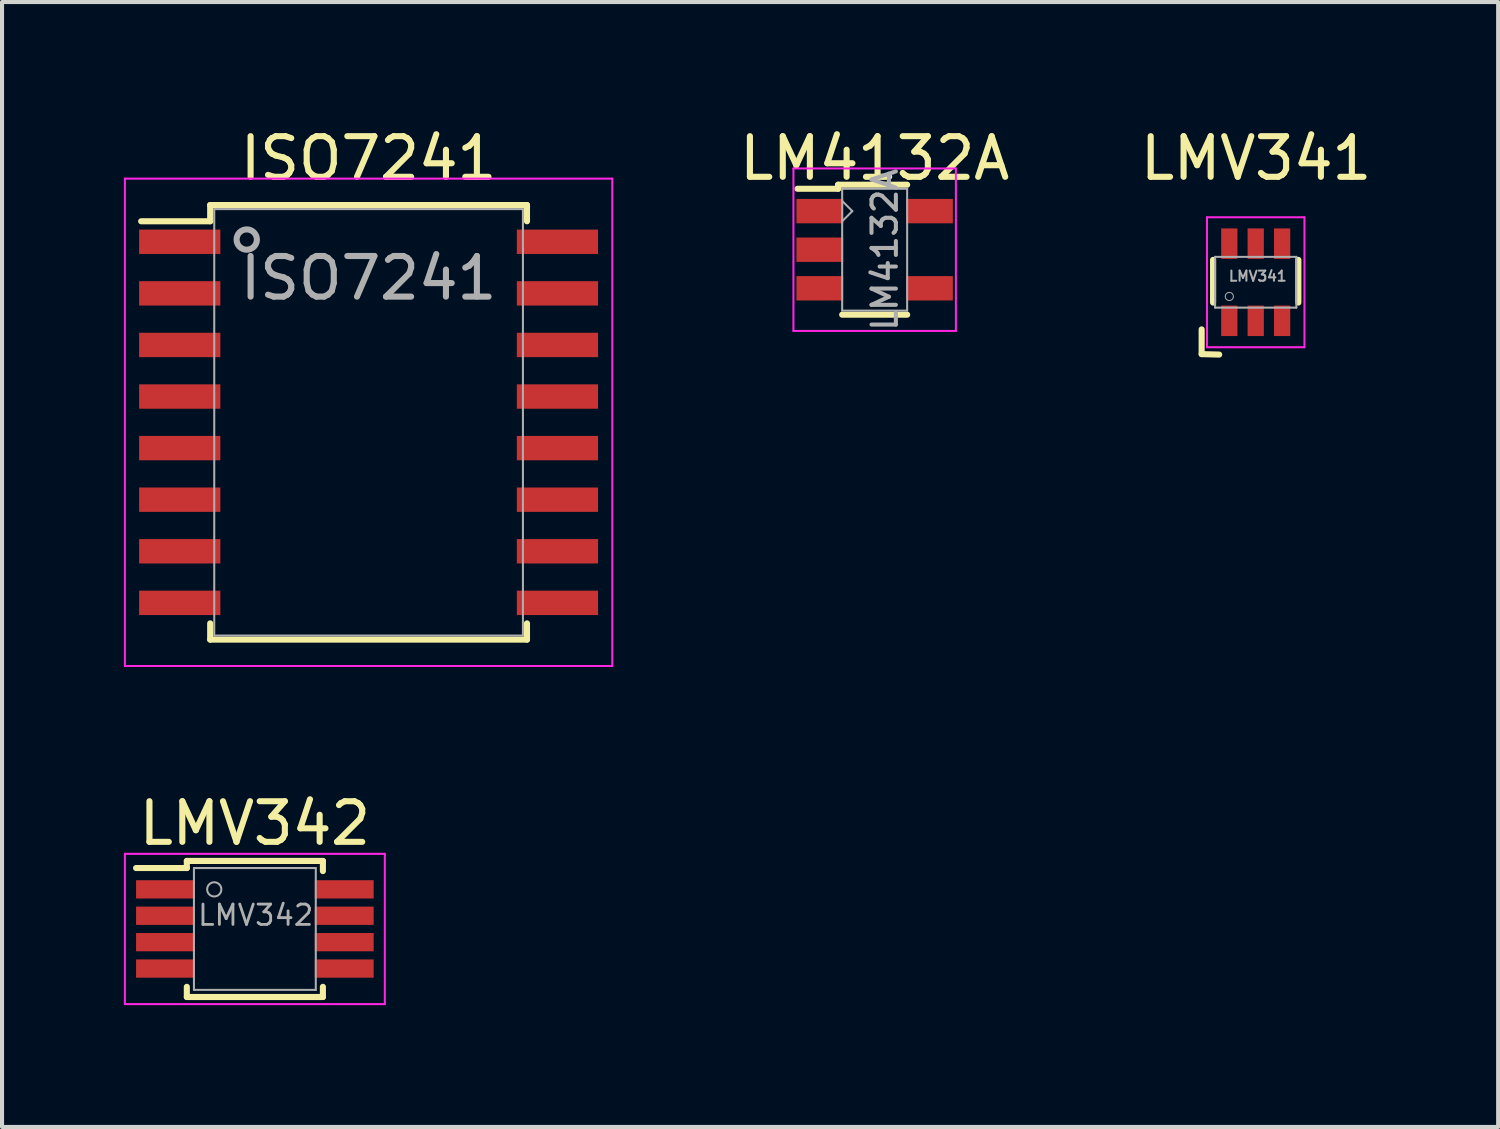
<source format=kicad_pcb>
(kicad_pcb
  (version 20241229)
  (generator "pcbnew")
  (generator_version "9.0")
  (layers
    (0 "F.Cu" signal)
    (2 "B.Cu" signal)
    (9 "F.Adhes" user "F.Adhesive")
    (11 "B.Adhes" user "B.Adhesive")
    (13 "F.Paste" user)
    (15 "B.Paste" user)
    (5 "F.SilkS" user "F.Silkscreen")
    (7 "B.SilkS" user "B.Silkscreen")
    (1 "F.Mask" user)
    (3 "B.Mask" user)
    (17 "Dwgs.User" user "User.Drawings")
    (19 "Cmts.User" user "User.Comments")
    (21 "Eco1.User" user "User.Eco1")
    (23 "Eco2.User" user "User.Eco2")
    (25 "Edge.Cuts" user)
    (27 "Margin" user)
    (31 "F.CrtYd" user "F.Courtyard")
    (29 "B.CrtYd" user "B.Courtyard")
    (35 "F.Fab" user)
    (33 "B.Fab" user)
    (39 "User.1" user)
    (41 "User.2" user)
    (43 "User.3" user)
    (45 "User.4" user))
  (footprint "LMV342"
    (layer "F.Cu")
    (at 3.225 19.822)
    (property "Reference" "LMV342" (at 0 -2.6 0) (layer "F.SilkS") (effects (font (size 1 1) (thickness 0.15))))
    (attr smd)
    (fp_line (start -1.675 -1.675) (end -1.675 -1.5) (stroke (width 0.15) (type solid)) (layer "F.SilkS"))
    (fp_line (start -1.675 -1.675) (end 1.675 -1.675) (stroke (width 0.15) (type solid)) (layer "F.SilkS"))
    (fp_line (start -1.675 -1.5) (end -2.925 -1.5) (stroke (width 0.15) (type solid)) (layer "F.SilkS"))
    (fp_line (start -1.675 1.675) (end -1.675 1.425) (stroke (width 0.15) (type solid)) (layer "F.SilkS"))
    (fp_line (start -1.675 1.675) (end 1.675 1.675) (stroke (width 0.15) (type solid)) (layer "F.SilkS"))
    (fp_line (start 1.675 -1.675) (end 1.675 -1.425) (stroke (width 0.15) (type solid)) (layer "F.SilkS"))
    (fp_line (start 1.675 1.675) (end 1.675 1.425) (stroke (width 0.15) (type solid)) (layer "F.SilkS"))
    (fp_line (start -3.2 -1.85) (end -3.2 1.85) (stroke (width 0.05) (type solid)) (layer "F.CrtYd"))
    (fp_line (start -3.2 -1.85) (end 3.2 -1.85) (stroke (width 0.05) (type solid)) (layer "F.CrtYd"))
    (fp_line (start -3.2 1.85) (end 3.2 1.85) (stroke (width 0.05) (type solid)) (layer "F.CrtYd"))
    (fp_line (start 3.2 -1.85) (end 3.2 1.85) (stroke (width 0.05) (type solid)) (layer "F.CrtYd"))
    (fp_line (start -1.5 -1.5) (end 1.5 -1.5) (stroke (width 0.05) (type solid)) (layer "F.Fab"))
    (fp_line (start -1.5 1.5) (end -1.5 -1.5) (stroke (width 0.05) (type solid)) (layer "F.Fab"))
    (fp_line (start 1.5 -1.5) (end 1.5 1.5) (stroke (width 0.05) (type solid)) (layer "F.Fab"))
    (fp_line (start 1.5 1.5) (end -1.5 1.5) (stroke (width 0.05) (type solid)) (layer "F.Fab"))
    (fp_circle (center -1 -0.975) (end -1 -1.15) (stroke (width 0.05) (type solid)) (fill no) (layer "F.Fab"))
    (fp_text user "${REFERENCE}" (at 0.02 -0.34 0) (layer "F.Fab") (effects (font (size 0.5 0.5) (thickness 0.07))))
    (pad "1" smd rect (at -2.2 -0.975) (size 1.45 0.45) (layers "F.Cu" "F.Mask" "F.Paste"))
    (pad "2" smd rect (at -2.2 -0.325) (size 1.45 0.45) (layers "F.Cu" "F.Mask" "F.Paste"))
    (pad "3" smd rect (at -2.2 0.325) (size 1.45 0.45) (layers "F.Cu" "F.Mask" "F.Paste"))
    (pad "4" smd rect (at -2.2 0.975) (size 1.45 0.45) (layers "F.Cu" "F.Mask" "F.Paste"))
    (pad "5" smd rect (at 2.2 0.975) (size 1.45 0.45) (layers "F.Cu" "F.Mask" "F.Paste"))
    (pad "6" smd rect (at 2.2 0.325) (size 1.45 0.45) (layers "F.Cu" "F.Mask" "F.Paste"))
    (pad "7" smd rect (at 2.2 -0.325) (size 1.45 0.45) (layers "F.Cu" "F.Mask" "F.Paste"))
    (pad "8" smd rect (at 2.2 -0.975) (size 1.45 0.45) (layers "F.Cu" "F.Mask" "F.Paste")))
  (footprint "ISO7241"
    (layer "F.Cu")
    (at 6.025 7.348)
    (property "Reference" "ISO7241" (at 0 -3.55 0) (layer "F.Fab") (effects (font (size 1 1) (thickness 0.15))))
    (attr smd)
    (fp_line (start -3.9 -5.35) (end 3.9 -5.35) (stroke (width 0.15) (type solid)) (layer "F.SilkS"))
    (fp_line (start -3.9 -4.95) (end -5.6 -4.95) (stroke (width 0.15) (type solid)) (layer "F.SilkS"))
    (fp_line (start -3.9 -4.95) (end -3.9 -5.35) (stroke (width 0.15) (type solid)) (layer "F.SilkS"))
    (fp_line (start -3.9 4.95) (end -3.9 5.35) (stroke (width 0.15) (type solid)) (layer "F.SilkS"))
    (fp_line (start -3.9 5.35) (end 3.9 5.35) (stroke (width 0.15) (type solid)) (layer "F.SilkS"))
    (fp_line (start 3.9 -5.35) (end 3.9 -4.95) (stroke (width 0.15) (type solid)) (layer "F.SilkS"))
    (fp_line (start 3.9 5.35) (end 3.9 4.95) (stroke (width 0.15) (type solid)) (layer "F.SilkS"))
    (fp_line (start -6 -6) (end -6 6) (stroke (width 0.05) (type solid)) (layer "F.CrtYd"))
    (fp_line (start -6 -6) (end 6 -6) (stroke (width 0.05) (type solid)) (layer "F.CrtYd"))
    (fp_line (start -6 6) (end 6 6) (stroke (width 0.05) (type solid)) (layer "F.CrtYd"))
    (fp_line (start 6 -6) (end 6 6) (stroke (width 0.05) (type solid)) (layer "F.CrtYd"))
    (fp_line (start -3.8 -5.25) (end 3.8 -5.25) (stroke (width 0.05) (type solid)) (layer "F.Fab"))
    (fp_line (start -3.8 5.25) (end -3.8 -5.25) (stroke (width 0.05) (type solid)) (layer "F.Fab"))
    (fp_line (start 3.8 -5.25) (end 3.8 5.25) (stroke (width 0.05) (type solid)) (layer "F.Fab"))
    (fp_line (start 3.8 5.25) (end -3.8 5.25) (stroke (width 0.05) (type solid)) (layer "F.Fab"))
    (fp_circle (center -3 -4.5) (end -3.25 -4.5) (stroke (width 0.15) (type solid)) (fill no) (layer "F.Fab"))
    (fp_text user "${REFERENCE}" (at 0 -6.5 0) (layer "F.SilkS") (effects (font (size 1 1) (thickness 0.15))))
    (pad "1" smd rect (at -4.65 -4.445) (size 2 0.6) (layers "F.Cu" "F.Mask" "F.Paste"))
    (pad "2" smd rect (at -4.65 -3.175) (size 2 0.6) (layers "F.Cu" "F.Mask" "F.Paste"))
    (pad "3" smd rect (at -4.65 -1.905) (size 2 0.6) (layers "F.Cu" "F.Mask" "F.Paste"))
    (pad "4" smd rect (at -4.65 -0.635) (size 2 0.6) (layers "F.Cu" "F.Mask" "F.Paste"))
    (pad "5" smd rect (at -4.65 0.635) (size 2 0.6) (layers "F.Cu" "F.Mask" "F.Paste"))
    (pad "6" smd rect (at -4.65 1.905) (size 2 0.6) (layers "F.Cu" "F.Mask" "F.Paste"))
    (pad "7" smd rect (at -4.65 3.175) (size 2 0.6) (layers "F.Cu" "F.Mask" "F.Paste"))
    (pad "8" smd rect (at -4.65 4.445) (size 2 0.6) (layers "F.Cu" "F.Mask" "F.Paste"))
    (pad "9" smd rect (at 4.65 4.445) (size 2 0.6) (layers "F.Cu" "F.Mask" "F.Paste"))
    (pad "10" smd rect (at 4.65 3.175) (size 2 0.6) (layers "F.Cu" "F.Mask" "F.Paste"))
    (pad "11" smd rect (at 4.65 1.905) (size 2 0.6) (layers "F.Cu" "F.Mask" "F.Paste"))
    (pad "12" smd rect (at 4.65 0.635) (size 2 0.6) (layers "F.Cu" "F.Mask" "F.Paste"))
    (pad "13" smd rect (at 4.65 -0.635) (size 2 0.6) (layers "F.Cu" "F.Mask" "F.Paste"))
    (pad "14" smd rect (at 4.65 -1.905) (size 2 0.6) (layers "F.Cu" "F.Mask" "F.Paste"))
    (pad "15" smd rect (at 4.65 -3.175) (size 2 0.6) (layers "F.Cu" "F.Mask" "F.Paste"))
    (pad "16" smd rect (at 4.65 -4.445) (size 2 0.6) (layers "F.Cu" "F.Mask" "F.Paste")))
  (footprint "LM4132A"
    (layer "F.Cu")
    (at 18.485 3.098)
    (property "Reference" "LM4132A" (at 0.25 0 90) (layer "F.Fab") (effects (font (size 0.6 0.6) (thickness 0.1))))
    (attr smd)
    (fp_line (start -0.9 -1.6) (end -0.9 -1.5) (stroke (width 0.15) (type solid)) (layer "F.SilkS"))
    (fp_line (start -0.9 -1.5) (end -1.9 -1.5) (stroke (width 0.15) (type solid)) (layer "F.SilkS"))
    (fp_line (start -0.8 1.6) (end 0.8 1.6) (stroke (width 0.15) (type solid)) (layer "F.SilkS"))
    (fp_line (start 0.8 -1.6) (end -0.9 -1.6) (stroke (width 0.15) (type solid)) (layer "F.SilkS"))
    (fp_line (start -2 -2) (end 2 -2) (stroke (width 0.05) (type solid)) (layer "F.CrtYd"))
    (fp_line (start -2 2) (end -2 -2) (stroke (width 0.05) (type solid)) (layer "F.CrtYd"))
    (fp_line (start 2 -2) (end 2 2) (stroke (width 0.05) (type solid)) (layer "F.CrtYd"))
    (fp_line (start 2 2) (end -2 2) (stroke (width 0.05) (type solid)) (layer "F.CrtYd"))
    (fp_line (start -0.8 -1.5) (end 0.8 -1.5) (stroke (width 0.05) (type solid)) (layer "F.Fab"))
    (fp_line (start -0.8 -1.2) (end -0.55 -0.95) (stroke (width 0.05) (type solid)) (layer "F.Fab"))
    (fp_line (start -0.8 1.5) (end -0.8 -1.5) (stroke (width 0.05) (type solid)) (layer "F.Fab"))
    (fp_line (start -0.55 -0.95) (end -0.8 -0.7) (stroke (width 0.05) (type solid)) (layer "F.Fab"))
    (fp_line (start 0.8 -1.5) (end 0.8 1.5) (stroke (width 0.05) (type solid)) (layer "F.Fab"))
    (fp_line (start 0.8 1.5) (end -0.8 1.5) (stroke (width 0.05) (type solid)) (layer "F.Fab"))
    (fp_text user "${REFERENCE}" (at 0 -2.25 0) (layer "F.SilkS") (effects (font (size 1 1) (thickness 0.15))))
    (pad "1" smd rect (at -1.35 -0.95) (size 1.15 0.6) (layers "F.Cu" "F.Mask" "F.Paste"))
    (pad "2" smd rect (at -1.35 0) (size 1.15 0.6) (layers "F.Cu" "F.Mask" "F.Paste"))
    (pad "3" smd rect (at -1.35 0.95) (size 1.15 0.6) (layers "F.Cu" "F.Mask" "F.Paste"))
    (pad "4" smd rect (at 1.35 0.95) (size 1.15 0.6) (layers "F.Cu" "F.Mask" "F.Paste"))
    (pad "5" smd rect (at 1.35 -0.95) (size 1.15 0.6) (layers "F.Cu" "F.Mask" "F.Paste")))
  (footprint "LMV341"
    (layer "F.Cu")
    (at 27.867 3.899)
    (property "Reference" "LMV341" (at 0.01 -3.051 0) (layer "F.SilkS") (effects (font (size 1 1) (thickness 0.15))))
    (attr smd)
    (fp_line (start -1.331 1.161) (end -1.331 1.77) (stroke (width 0.15) (type solid)) (layer "F.SilkS"))
    (fp_line (start -1.331 1.77) (end -0.899 1.781) (stroke (width 0.15) (type solid)) (layer "F.SilkS"))
    (fp_line (start -1.05 -0.55) (end -1.05 0.5) (stroke (width 0.15) (type solid)) (layer "F.SilkS"))
    (fp_line (start 1.05 0.5) (end 1.05 -0.55) (stroke (width 0.15) (type solid)) (layer "F.SilkS"))
    (fp_line (start -1.2 -1.6) (end 1.2 -1.6) (stroke (width 0.05) (type solid)) (layer "F.CrtYd"))
    (fp_line (start -1.2 1.6) (end -1.2 -1.6) (stroke (width 0.05) (type solid)) (layer "F.CrtYd"))
    (fp_line (start 1.2 -1.6) (end 1.2 1.6) (stroke (width 0.05) (type solid)) (layer "F.CrtYd"))
    (fp_line (start 1.2 1.6) (end -1.2 1.6) (stroke (width 0.05) (type solid)) (layer "F.CrtYd"))
    (fp_line (start -1 0.625) (end -1 -0.625) (stroke (width 0.05) (type solid)) (layer "F.Fab"))
    (fp_line (start 1 -0.625) (end -1 -0.625) (stroke (width 0.05) (type solid)) (layer "F.Fab"))
    (fp_line (start 1 -0.625) (end 1 0.625) (stroke (width 0.05) (type solid)) (layer "F.Fab"))
    (fp_line (start 1 0.625) (end -1 0.625) (stroke (width 0.05) (type solid)) (layer "F.Fab"))
    (fp_circle (center -0.65 0.35) (end -0.75 0.35) (stroke (width 0.025) (type solid)) (fill no) (layer "F.Fab"))
    (fp_text user "${REFERENCE}" (at 0.05 -0.15 0) (layer "F.Fab") (effects (font (size 0.25 0.25) (thickness 0.05))))
    (pad "1" smd rect (at -0.65 0.95) (size 0.4 0.75) (layers "F.Cu" "F.Mask" "F.Paste"))
    (pad "2" smd rect (at 0 0.95) (size 0.4 0.75) (layers "F.Cu" "F.Mask" "F.Paste"))
    (pad "3" smd rect (at 0.65 0.95) (size 0.4 0.75) (layers "F.Cu" "F.Mask" "F.Paste"))
    (pad "4" smd rect (at 0.65 -0.95) (size 0.4 0.75) (layers "F.Cu" "F.Mask" "F.Paste"))
    (pad "5" smd rect (at 0 -0.95) (size 0.4 0.75) (layers "F.Cu" "F.Mask" "F.Paste"))
    (pad "6" smd rect (at -0.65 -0.95) (size 0.4 0.75) (layers "F.Cu" "F.Mask" "F.Paste")))
  (gr_rect
    (start -3 -3)
    (end 33.836 24.697)
    (stroke (width 0.1) (type default))
    (fill no)
    (layer "Edge.Cuts")))
</source>
